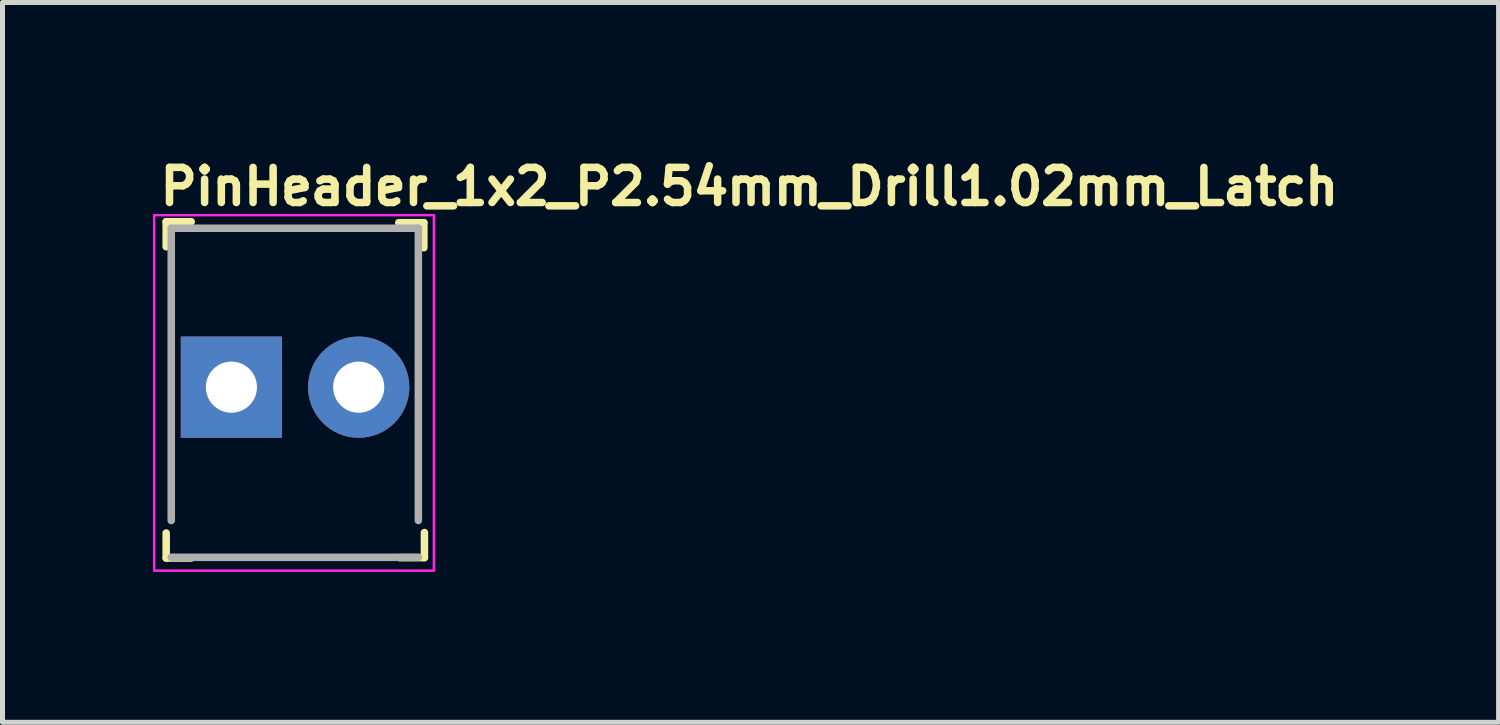
<source format=kicad_pcb>
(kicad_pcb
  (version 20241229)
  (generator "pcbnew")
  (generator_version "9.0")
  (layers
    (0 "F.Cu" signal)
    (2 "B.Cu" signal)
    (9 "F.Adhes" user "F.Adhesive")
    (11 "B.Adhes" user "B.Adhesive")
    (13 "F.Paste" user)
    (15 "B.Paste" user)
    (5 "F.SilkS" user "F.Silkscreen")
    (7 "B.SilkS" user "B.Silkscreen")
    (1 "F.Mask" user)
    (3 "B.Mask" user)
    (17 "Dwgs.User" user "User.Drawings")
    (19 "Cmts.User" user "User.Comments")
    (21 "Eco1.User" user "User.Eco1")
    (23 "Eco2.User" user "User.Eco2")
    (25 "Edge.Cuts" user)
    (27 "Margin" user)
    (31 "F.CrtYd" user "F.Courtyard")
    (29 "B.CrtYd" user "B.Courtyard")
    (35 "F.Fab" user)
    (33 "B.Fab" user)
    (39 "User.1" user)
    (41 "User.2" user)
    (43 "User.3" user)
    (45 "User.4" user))
  (footprint "PinHeader_1x2_P2.54mm_Drill1.02mm_Latch"
    (layer "F.Cu")
    (at 1.566 4.673)
    (property "Reference" "PinHeader_1x2_P2.54mm_Drill1.02mm_Latch" (at -1.5 -4 0) (layer "F.SilkS") (effects (font (size 0.7 0.7) (thickness 0.15)) (justify left)))
    (attr through_hole)
    (fp_line (start -1.301 -3.301) (end -1.301 -2.801) (stroke (width 0.15) (type solid)) (layer "F.SilkS"))
    (fp_line (start -1.301 -3.301) (end -0.802 -3.301) (stroke (width 0.15) (type solid)) (layer "F.SilkS"))
    (fp_line (start -1.301 3.409) (end -1.301 2.909) (stroke (width 0.15) (type solid)) (layer "F.SilkS"))
    (fp_line (start -1.301 3.409) (end -0.802 3.409) (stroke (width 0.15) (type solid)) (layer "F.SilkS"))
    (fp_line (start 3.838 -3.281) (end 3.338 -3.281) (stroke (width 0.15) (type solid)) (layer "F.SilkS"))
    (fp_line (start 3.838 -3.281) (end 3.838 -2.781) (stroke (width 0.15) (type solid)) (layer "F.SilkS"))
    (fp_line (start 3.85 3.4) (end 3.35 3.4) (stroke (width 0.15) (type solid)) (layer "F.SilkS"))
    (fp_line (start 3.85 3.4) (end 3.85 2.9) (stroke (width 0.15) (type solid)) (layer "F.SilkS"))
    (fp_rect (start -1.541 -3.431) (end 4.039 3.66) (stroke (width 0.05) (type solid)) (fill no) (layer "F.CrtYd"))
    (fp_line (start -1.2 -3.17) (end -1.2 2.66) (stroke (width 0.15) (type solid)) (layer "F.Fab"))
    (fp_line (start -1.2 -3.17) (end 3.729 -3.17) (stroke (width 0.15) (type solid)) (layer "F.Fab"))
    (fp_line (start -1.2 3.394) (end 3.729 3.394) (stroke (width 0.15) (type solid)) (layer "F.Fab"))
    (fp_line (start 3.729 -3.17) (end 3.729 2.66) (stroke (width 0.15) (type solid)) (layer "F.Fab"))
    (fp_rect (start -1.291 -3.181) (end 3.789 3.41) (stroke (width 0.1) (type solid)) (fill no) (layer "User.5"))
    (fp_line (start -1.291 -3.181) (end -1.291 -2.543) (stroke (width 0.02) (type solid)) (layer "User.9"))
    (fp_line (start -1.291 -3.181) (end -0.02 -3.181) (stroke (width 0.02) (type solid)) (layer "User.9"))
    (fp_line (start -1.291 -2.543) (end -1.291 -2.495) (stroke (width 0.02) (type solid)) (layer "User.9"))
    (fp_line (start -1.291 -2.543) (end -0.02 -2.543) (stroke (width 0.02) (type solid)) (layer "User.9"))
    (fp_line (start -1.291 -2.495) (end -1.291 -2.495) (stroke (width 0.02) (type solid)) (layer "User.9"))
    (fp_line (start -1.291 -2.495) (end -1.291 -2.372) (stroke (width 0.02) (type solid)) (layer "User.9"))
    (fp_line (start -1.291 -2.372) (end -1.291 -2.372) (stroke (width 0.02) (type solid)) (layer "User.9"))
    (fp_line (start -1.291 -2.372) (end -1.291 -2.089) (stroke (width 0.02) (type solid)) (layer "User.9"))
    (fp_line (start -1.291 -2.089) (end -1.291 -2.089) (stroke (width 0.02) (type solid)) (layer "User.9"))
    (fp_line (start -1.291 -2.089) (end -1.291 -2.023) (stroke (width 0.02) (type solid)) (layer "User.9"))
    (fp_line (start -1.291 -2.023) (end -1.291 -2.023) (stroke (width 0.02) (type solid)) (layer "User.9"))
    (fp_line (start -1.291 -2.023) (end -1.291 -1.962) (stroke (width 0.02) (type solid)) (layer "User.9"))
    (fp_line (start -1.291 -1.962) (end -1.291 -1.962) (stroke (width 0.02) (type solid)) (layer "User.9"))
    (fp_line (start -1.291 -1.962) (end -1.291 -1.909) (stroke (width 0.02) (type solid)) (layer "User.9"))
    (fp_line (start -1.291 -1.909) (end -1.291 -1.909) (stroke (width 0.02) (type solid)) (layer "User.9"))
    (fp_line (start -1.291 -1.909) (end -1.291 -1.867) (stroke (width 0.02) (type solid)) (layer "User.9"))
    (fp_line (start -1.291 -1.867) (end -1.291 -1.867) (stroke (width 0.02) (type solid)) (layer "User.9"))
    (fp_line (start -1.291 -1.867) (end -1.291 -1.835) (stroke (width 0.02) (type solid)) (layer "User.9"))
    (fp_line (start -1.291 -1.835) (end -1.291 -1.835) (stroke (width 0.02) (type solid)) (layer "User.9"))
    (fp_line (start -1.291 -1.835) (end -1.291 -1.817) (stroke (width 0.02) (type solid)) (layer "User.9"))
    (fp_line (start -1.291 -1.817) (end -1.291 -1.817) (stroke (width 0.02) (type solid)) (layer "User.9"))
    (fp_line (start -1.291 -1.817) (end -1.291 -1.809) (stroke (width 0.02) (type solid)) (layer "User.9"))
    (fp_line (start -1.291 -1.809) (end -1.291 3.394) (stroke (width 0.02) (type solid)) (layer "User.9"))
    (fp_line (start -1.291 -1.809) (end -0.02 -1.809) (stroke (width 0.02) (type solid)) (layer "User.9"))
    (fp_line (start -1.291 3.394) (end 3.789 3.394) (stroke (width 0.02) (type solid)) (layer "User.9"))
    (fp_line (start -0.339 -0.325) (end -0.339 0.31) (stroke (width 0.02) (type solid)) (layer "User.9"))
    (fp_line (start -0.339 -0.325) (end 0.296 -0.325) (stroke (width 0.02) (type solid)) (layer "User.9"))
    (fp_line (start -0.339 0.31) (end 0.296 0.31) (stroke (width 0.02) (type solid)) (layer "User.9"))
    (fp_line (start -0.02 -3.181) (end -0.02 -3.172) (stroke (width 0.02) (type solid)) (layer "User.9"))
    (fp_line (start -0.02 -3.181) (end 2.519 -3.181) (stroke (width 0.02) (type solid)) (layer "User.9"))
    (fp_line (start -0.02 -3.172) (end -0.02 -3.172) (stroke (width 0.02) (type solid)) (layer "User.9"))
    (fp_line (start -0.02 -3.172) (end -0.02 -3.141) (stroke (width 0.02) (type solid)) (layer "User.9"))
    (fp_line (start -0.02 -3.141) (end -0.02 -3.141) (stroke (width 0.02) (type solid)) (layer "User.9"))
    (fp_line (start -0.02 -3.141) (end -0.02 -3.093) (stroke (width 0.02) (type solid)) (layer "User.9"))
    (fp_line (start -0.02 -3.093) (end -0.02 -3.093) (stroke (width 0.02) (type solid)) (layer "User.9"))
    (fp_line (start -0.02 -3.093) (end -0.02 -3.025) (stroke (width 0.02) (type solid)) (layer "User.9"))
    (fp_line (start -0.02 -3.025) (end -0.02 -3.025) (stroke (width 0.02) (type solid)) (layer "User.9"))
    (fp_line (start -0.02 -3.025) (end -0.02 -2.943) (stroke (width 0.02) (type solid)) (layer "User.9"))
    (fp_line (start -0.02 -2.943) (end -0.02 -2.943) (stroke (width 0.02) (type solid)) (layer "User.9"))
    (fp_line (start -0.02 -2.943) (end -0.02 -2.848) (stroke (width 0.02) (type solid)) (layer "User.9"))
    (fp_line (start -0.02 -2.848) (end -0.02 -2.848) (stroke (width 0.02) (type solid)) (layer "User.9"))
    (fp_line (start -0.02 -2.848) (end -0.02 -2.743) (stroke (width 0.02) (type solid)) (layer "User.9"))
    (fp_line (start -0.02 -2.743) (end -0.02 -2.743) (stroke (width 0.02) (type solid)) (layer "User.9"))
    (fp_line (start -0.02 -2.743) (end -0.02 -2.404) (stroke (width 0.02) (type solid)) (layer "User.9"))
    (fp_line (start -0.02 -2.404) (end -0.02 -2.404) (stroke (width 0.02) (type solid)) (layer "User.9"))
    (fp_line (start -0.02 -2.404) (end -0.02 -2.193) (stroke (width 0.02) (type solid)) (layer "User.9"))
    (fp_line (start -0.02 -2.193) (end -0.02 -2.193) (stroke (width 0.02) (type solid)) (layer "User.9"))
    (fp_line (start -0.02 -2.193) (end -0.02 -2.101) (stroke (width 0.02) (type solid)) (layer "User.9"))
    (fp_line (start -0.02 -2.101) (end -0.02 -2.101) (stroke (width 0.02) (type solid)) (layer "User.9"))
    (fp_line (start -0.02 -2.101) (end -0.02 -2.024) (stroke (width 0.02) (type solid)) (layer "User.9"))
    (fp_line (start -0.02 -2.024) (end -0.02 -1.307) (stroke (width 0.02) (type solid)) (layer "User.9"))
    (fp_line (start -0.02 -1.149) (end -0.02 -1.307) (stroke (width 0.02) (type solid)) (layer "User.9"))
    (fp_line (start -0.02 -1.149) (end 2.519 -1.149) (stroke (width 0.02) (type solid)) (layer "User.9"))
    (fp_line (start 0.296 -0.325) (end 0.296 0.31) (stroke (width 0.02) (type solid)) (layer "User.9"))
    (fp_line (start 2.201 -0.325) (end 2.201 0.31) (stroke (width 0.02) (type solid)) (layer "User.9"))
    (fp_line (start 2.201 -0.325) (end 2.837 -0.325) (stroke (width 0.02) (type solid)) (layer "User.9"))
    (fp_line (start 2.201 0.31) (end 2.837 0.31) (stroke (width 0.02) (type solid)) (layer "User.9"))
    (fp_line (start 2.519 -3.181) (end 2.519 -3.172) (stroke (width 0.02) (type solid)) (layer "User.9"))
    (fp_line (start 2.519 -3.181) (end 3.789 -3.181) (stroke (width 0.02) (type solid)) (layer "User.9"))
    (fp_line (start 2.519 -3.172) (end 2.519 -3.172) (stroke (width 0.02) (type solid)) (layer "User.9"))
    (fp_line (start 2.519 -3.172) (end 2.519 -3.141) (stroke (width 0.02) (type solid)) (layer "User.9"))
    (fp_line (start 2.519 -3.141) (end 2.519 -3.141) (stroke (width 0.02) (type solid)) (layer "User.9"))
    (fp_line (start 2.519 -3.141) (end 2.519 -3.093) (stroke (width 0.02) (type solid)) (layer "User.9"))
    (fp_line (start 2.519 -3.093) (end 2.519 -3.093) (stroke (width 0.02) (type solid)) (layer "User.9"))
    (fp_line (start 2.519 -3.093) (end 2.519 -3.025) (stroke (width 0.02) (type solid)) (layer "User.9"))
    (fp_line (start 2.519 -3.025) (end 2.519 -3.025) (stroke (width 0.02) (type solid)) (layer "User.9"))
    (fp_line (start 2.519 -3.025) (end 2.519 -2.943) (stroke (width 0.02) (type solid)) (layer "User.9"))
    (fp_line (start 2.519 -2.943) (end 2.519 -2.943) (stroke (width 0.02) (type solid)) (layer "User.9"))
    (fp_line (start 2.519 -2.943) (end 2.519 -2.848) (stroke (width 0.02) (type solid)) (layer "User.9"))
    (fp_line (start 2.519 -2.848) (end 2.519 -2.848) (stroke (width 0.02) (type solid)) (layer "User.9"))
    (fp_line (start 2.519 -2.848) (end 2.519 -2.743) (stroke (width 0.02) (type solid)) (layer "User.9"))
    (fp_line (start 2.519 -2.743) (end 2.519 -2.743) (stroke (width 0.02) (type solid)) (layer "User.9"))
    (fp_line (start 2.519 -2.743) (end 2.519 -2.404) (stroke (width 0.02) (type solid)) (layer "User.9"))
    (fp_line (start 2.519 -2.543) (end 3.789 -2.543) (stroke (width 0.02) (type solid)) (layer "User.9"))
    (fp_line (start 2.519 -2.404) (end 2.519 -2.404) (stroke (width 0.02) (type solid)) (layer "User.9"))
    (fp_line (start 2.519 -2.404) (end 2.519 -2.193) (stroke (width 0.02) (type solid)) (layer "User.9"))
    (fp_line (start 2.519 -2.193) (end 2.519 -2.193) (stroke (width 0.02) (type solid)) (layer "User.9"))
    (fp_line (start 2.519 -2.193) (end 2.519 -2.101) (stroke (width 0.02) (type solid)) (layer "User.9"))
    (fp_line (start 2.519 -2.101) (end 2.519 -2.101) (stroke (width 0.02) (type solid)) (layer "User.9"))
    (fp_line (start 2.519 -2.101) (end 2.519 -2.024) (stroke (width 0.02) (type solid)) (layer "User.9"))
    (fp_line (start 2.519 -2.024) (end 2.519 -1.307) (stroke (width 0.02) (type solid)) (layer "User.9"))
    (fp_line (start 2.519 -1.809) (end 3.789 -1.809) (stroke (width 0.02) (type solid)) (layer "User.9"))
    (fp_line (start 2.519 -1.307) (end 2.519 -1.149) (stroke (width 0.02) (type solid)) (layer "User.9"))
    (fp_line (start 2.837 -0.325) (end 2.837 0.31) (stroke (width 0.02) (type solid)) (layer "User.9"))
    (fp_line (start 3.789 -3.181) (end 3.789 -2.543) (stroke (width 0.02) (type solid)) (layer "User.9"))
    (fp_line (start 3.789 -2.543) (end 3.789 -2.495) (stroke (width 0.02) (type solid)) (layer "User.9"))
    (fp_line (start 3.789 -2.495) (end 3.789 -2.495) (stroke (width 0.02) (type solid)) (layer "User.9"))
    (fp_line (start 3.789 -2.495) (end 3.789 -2.372) (stroke (width 0.02) (type solid)) (layer "User.9"))
    (fp_line (start 3.789 -2.372) (end 3.789 -2.372) (stroke (width 0.02) (type solid)) (layer "User.9"))
    (fp_line (start 3.789 -2.372) (end 3.789 -2.089) (stroke (width 0.02) (type solid)) (layer "User.9"))
    (fp_line (start 3.789 -2.089) (end 3.789 -2.089) (stroke (width 0.02) (type solid)) (layer "User.9"))
    (fp_line (start 3.789 -2.089) (end 3.789 -2.023) (stroke (width 0.02) (type solid)) (layer "User.9"))
    (fp_line (start 3.789 -2.023) (end 3.789 -2.023) (stroke (width 0.02) (type solid)) (layer "User.9"))
    (fp_line (start 3.789 -2.023) (end 3.789 -1.962) (stroke (width 0.02) (type solid)) (layer "User.9"))
    (fp_line (start 3.789 -1.962) (end 3.789 -1.962) (stroke (width 0.02) (type solid)) (layer "User.9"))
    (fp_line (start 3.789 -1.962) (end 3.789 -1.909) (stroke (width 0.02) (type solid)) (layer "User.9"))
    (fp_line (start 3.789 -1.909) (end 3.789 -1.909) (stroke (width 0.02) (type solid)) (layer "User.9"))
    (fp_line (start 3.789 -1.909) (end 3.789 -1.867) (stroke (width 0.02) (type solid)) (layer "User.9"))
    (fp_line (start 3.789 -1.867) (end 3.789 -1.867) (stroke (width 0.02) (type solid)) (layer "User.9"))
    (fp_line (start 3.789 -1.867) (end 3.789 -1.835) (stroke (width 0.02) (type solid)) (layer "User.9"))
    (fp_line (start 3.789 -1.835) (end 3.789 -1.835) (stroke (width 0.02) (type solid)) (layer "User.9"))
    (fp_line (start 3.789 -1.835) (end 3.789 -1.817) (stroke (width 0.02) (type solid)) (layer "User.9"))
    (fp_line (start 3.789 -1.817) (end 3.789 -1.817) (stroke (width 0.02) (type solid)) (layer "User.9"))
    (fp_line (start 3.789 -1.817) (end 3.789 -1.809) (stroke (width 0.02) (type solid)) (layer "User.9"))
    (fp_line (start 3.789 -1.809) (end 3.789 3.394) (stroke (width 0.02) (type solid)) (layer "User.9"))
    (pad "1" thru_hole rect (at 0 0) (size 2.02 2.02) (drill 1.02) (layers "*.Cu" "*.Mask"))
    (pad "2" thru_hole circle (at 2.539 0) (size 2.02 2.02) (drill 1.02) (layers "*.Cu" "*.Mask")))
  (gr_rect
    (start -3 -3)
    (end 26.843 11.358)
    (stroke (width 0.1) (type default))
    (fill no)
    (layer "Edge.Cuts")))
</source>
